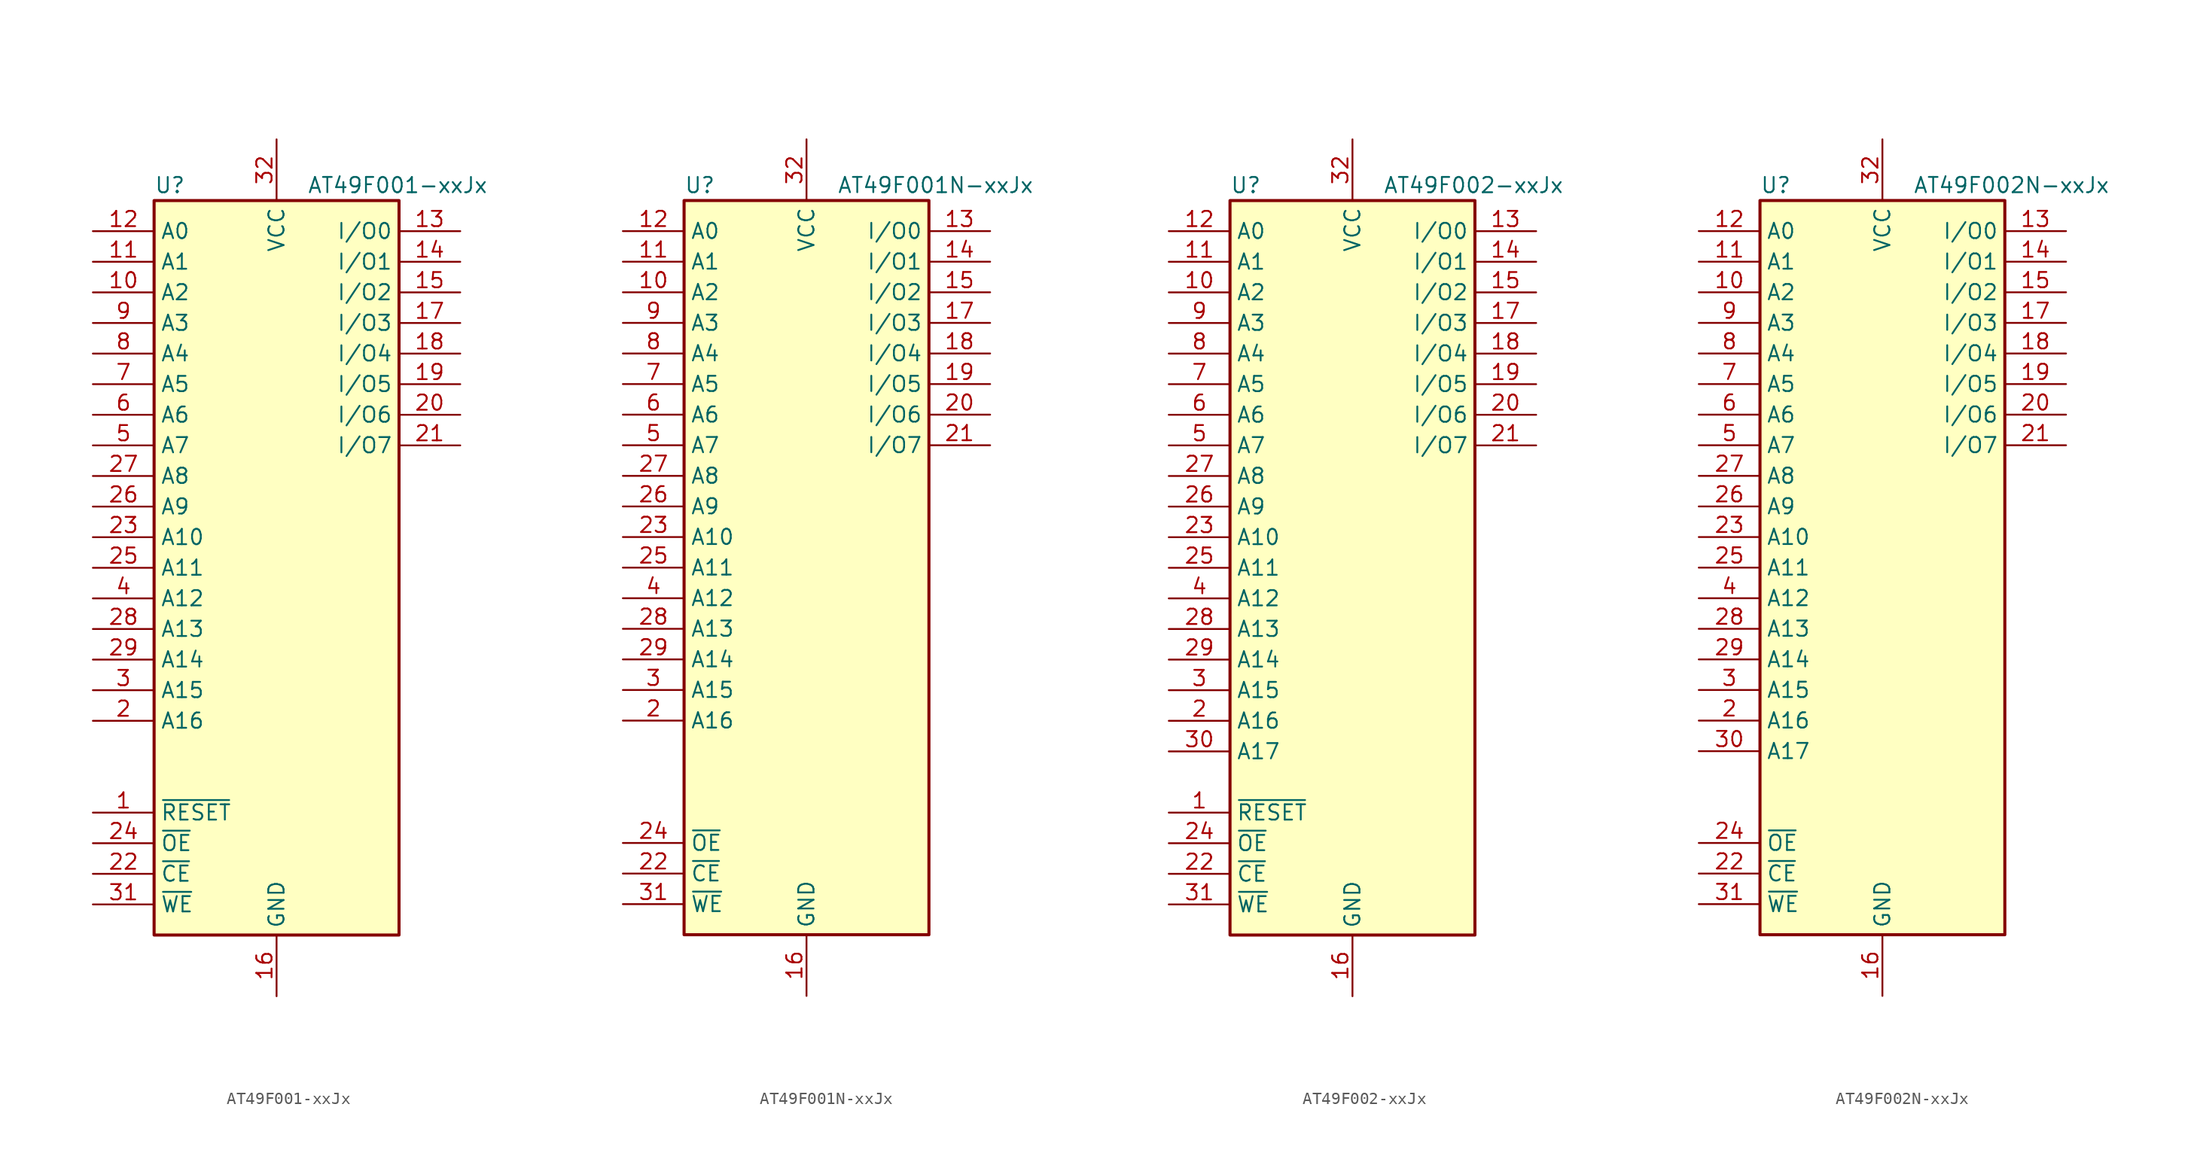
<source format=kicad_sym>
(kicad_symbol_lib
  (version 20241209)
  (generator "kicad_symbol_editor")
  (generator_version "9.0")
  (symbol "AT49F001-xxJx"
    (property "Reference" "U"
      (at -10.16 31.75 0)
      (effects (font (size 1.27 1.27)) (justify left)))
    (property "Value" "AT49F001-xxJx"
      (at 2.54 31.75 0)
      (effects (font (size 1.27 1.27)) (justify left)))
    (symbol "AT49F001-xxJx_0_1"
      (rectangle (start -10.16 30.48) (end 10.16 -30.48) (stroke (width 0.254) (type default)) (fill (type background))))
    (symbol "AT49F001-xxJx_1_1"
      (pin input line (at -15.24 27.94 0) (length 5.08) (name "A0" (effects (font (size 1.27 1.27)))) (number "12" (effects (font (size 1.27 1.27)))))
      (pin input line (at -15.24 25.4 0) (length 5.08) (name "A1" (effects (font (size 1.27 1.27)))) (number "11" (effects (font (size 1.27 1.27)))))
      (pin input line (at -15.24 22.86 0) (length 5.08) (name "A2" (effects (font (size 1.27 1.27)))) (number "10" (effects (font (size 1.27 1.27)))))
      (pin input line (at -15.24 20.32 0) (length 5.08) (name "A3" (effects (font (size 1.27 1.27)))) (number "9" (effects (font (size 1.27 1.27)))))
      (pin input line (at -15.24 17.78 0) (length 5.08) (name "A4" (effects (font (size 1.27 1.27)))) (number "8" (effects (font (size 1.27 1.27)))))
      (pin input line (at -15.24 15.24 0) (length 5.08) (name "A5" (effects (font (size 1.27 1.27)))) (number "7" (effects (font (size 1.27 1.27)))))
      (pin input line (at -15.24 12.7 0) (length 5.08) (name "A6" (effects (font (size 1.27 1.27)))) (number "6" (effects (font (size 1.27 1.27)))))
      (pin input line (at -15.24 10.16 0) (length 5.08) (name "A7" (effects (font (size 1.27 1.27)))) (number "5" (effects (font (size 1.27 1.27)))))
      (pin input line (at -15.24 7.62 0) (length 5.08) (name "A8" (effects (font (size 1.27 1.27)))) (number "27" (effects (font (size 1.27 1.27)))))
      (pin input line (at -15.24 5.08 0) (length 5.08) (name "A9" (effects (font (size 1.27 1.27)))) (number "26" (effects (font (size 1.27 1.27)))))
      (pin input line (at -15.24 2.54 0) (length 5.08) (name "A10" (effects (font (size 1.27 1.27)))) (number "23" (effects (font (size 1.27 1.27)))))
      (pin input line (at -15.24 0 0) (length 5.08) (name "A11" (effects (font (size 1.27 1.27)))) (number "25" (effects (font (size 1.27 1.27)))))
      (pin input line (at -15.24 -2.54 0) (length 5.08) (name "A12" (effects (font (size 1.27 1.27)))) (number "4" (effects (font (size 1.27 1.27)))))
      (pin input line (at -15.24 -5.08 0) (length 5.08) (name "A13" (effects (font (size 1.27 1.27)))) (number "28" (effects (font (size 1.27 1.27)))))
      (pin input line (at -15.24 -7.62 0) (length 5.08) (name "A14" (effects (font (size 1.27 1.27)))) (number "29" (effects (font (size 1.27 1.27)))))
      (pin input line (at -15.24 -10.16 0) (length 5.08) (name "A15" (effects (font (size 1.27 1.27)))) (number "3" (effects (font (size 1.27 1.27)))))
      (pin input line (at -15.24 -12.7 0) (length 5.08) (name "A16" (effects (font (size 1.27 1.27)))) (number "2" (effects (font (size 1.27 1.27)))))
      (pin input line (at -15.24 -20.32 0) (length 5.08) (name "~{RESET}" (effects (font (size 1.27 1.27)))) (number "1" (effects (font (size 1.27 1.27)))))
      (pin input line (at -15.24 -22.86 0) (length 5.08) (name "~{OE}" (effects (font (size 1.27 1.27)))) (number "24" (effects (font (size 1.27 1.27)))))
      (pin input line (at -15.24 -25.4 0) (length 5.08) (name "~{CE}" (effects (font (size 1.27 1.27)))) (number "22" (effects (font (size 1.27 1.27)))))
      (pin input line (at -15.24 -27.94 0) (length 5.08) (name "~{WE}" (effects (font (size 1.27 1.27)))) (number "31" (effects (font (size 1.27 1.27)))))
      (pin no_connect line (at -10.16 -15.24 0) (length 5.08) (hide yes) (name "NC" (effects (font (size 1.27 1.27)))) (number "30" (effects (font (size 1.27 1.27)))))
      (pin power_in line (at 0 35.56 270) (length 5.08) (name "VCC" (effects (font (size 1.27 1.27)))) (number "32" (effects (font (size 1.27 1.27)))))
      (pin power_in line (at 0 -35.56 90) (length 5.08) (name "GND" (effects (font (size 1.27 1.27)))) (number "16" (effects (font (size 1.27 1.27)))))
      (pin bidirectional line (at 15.24 27.94 180) (length 5.08) (name "I/O0" (effects (font (size 1.27 1.27)))) (number "13" (effects (font (size 1.27 1.27)))))
      (pin bidirectional line (at 15.24 25.4 180) (length 5.08) (name "I/O1" (effects (font (size 1.27 1.27)))) (number "14" (effects (font (size 1.27 1.27)))))
      (pin bidirectional line (at 15.24 22.86 180) (length 5.08) (name "I/O2" (effects (font (size 1.27 1.27)))) (number "15" (effects (font (size 1.27 1.27)))))
      (pin bidirectional line (at 15.24 20.32 180) (length 5.08) (name "I/O3" (effects (font (size 1.27 1.27)))) (number "17" (effects (font (size 1.27 1.27)))))
      (pin bidirectional line (at 15.24 17.78 180) (length 5.08) (name "I/O4" (effects (font (size 1.27 1.27)))) (number "18" (effects (font (size 1.27 1.27)))))
      (pin bidirectional line (at 15.24 15.24 180) (length 5.08) (name "I/O5" (effects (font (size 1.27 1.27)))) (number "19" (effects (font (size 1.27 1.27)))))
      (pin bidirectional line (at 15.24 12.7 180) (length 5.08) (name "I/O6" (effects (font (size 1.27 1.27)))) (number "20" (effects (font (size 1.27 1.27)))))
      (pin bidirectional line (at 15.24 10.16 180) (length 5.08) (name "I/O7" (effects (font (size 1.27 1.27)))) (number "21" (effects (font (size 1.27 1.27)))))))
  (symbol "AT49F001N-xxJx"
    (property "Reference" "U"
      (at -10.16 31.75 0)
      (effects (font (size 1.27 1.27)) (justify left)))
    (property "Value" "AT49F001N-xxJx"
      (at 2.54 31.75 0)
      (effects (font (size 1.27 1.27)) (justify left)))
    (symbol "AT49F001N-xxJx_0_1"
      (rectangle (start -10.16 30.48) (end 10.16 -30.48) (stroke (width 0.254) (type default)) (fill (type background))))
    (symbol "AT49F001N-xxJx_1_1"
      (pin input line (at -15.24 27.94 0) (length 5.08) (name "A0" (effects (font (size 1.27 1.27)))) (number "12" (effects (font (size 1.27 1.27)))))
      (pin input line (at -15.24 25.4 0) (length 5.08) (name "A1" (effects (font (size 1.27 1.27)))) (number "11" (effects (font (size 1.27 1.27)))))
      (pin input line (at -15.24 22.86 0) (length 5.08) (name "A2" (effects (font (size 1.27 1.27)))) (number "10" (effects (font (size 1.27 1.27)))))
      (pin input line (at -15.24 20.32 0) (length 5.08) (name "A3" (effects (font (size 1.27 1.27)))) (number "9" (effects (font (size 1.27 1.27)))))
      (pin input line (at -15.24 17.78 0) (length 5.08) (name "A4" (effects (font (size 1.27 1.27)))) (number "8" (effects (font (size 1.27 1.27)))))
      (pin input line (at -15.24 15.24 0) (length 5.08) (name "A5" (effects (font (size 1.27 1.27)))) (number "7" (effects (font (size 1.27 1.27)))))
      (pin input line (at -15.24 12.7 0) (length 5.08) (name "A6" (effects (font (size 1.27 1.27)))) (number "6" (effects (font (size 1.27 1.27)))))
      (pin input line (at -15.24 10.16 0) (length 5.08) (name "A7" (effects (font (size 1.27 1.27)))) (number "5" (effects (font (size 1.27 1.27)))))
      (pin input line (at -15.24 7.62 0) (length 5.08) (name "A8" (effects (font (size 1.27 1.27)))) (number "27" (effects (font (size 1.27 1.27)))))
      (pin input line (at -15.24 5.08 0) (length 5.08) (name "A9" (effects (font (size 1.27 1.27)))) (number "26" (effects (font (size 1.27 1.27)))))
      (pin input line (at -15.24 2.54 0) (length 5.08) (name "A10" (effects (font (size 1.27 1.27)))) (number "23" (effects (font (size 1.27 1.27)))))
      (pin input line (at -15.24 0 0) (length 5.08) (name "A11" (effects (font (size 1.27 1.27)))) (number "25" (effects (font (size 1.27 1.27)))))
      (pin input line (at -15.24 -2.54 0) (length 5.08) (name "A12" (effects (font (size 1.27 1.27)))) (number "4" (effects (font (size 1.27 1.27)))))
      (pin input line (at -15.24 -5.08 0) (length 5.08) (name "A13" (effects (font (size 1.27 1.27)))) (number "28" (effects (font (size 1.27 1.27)))))
      (pin input line (at -15.24 -7.62 0) (length 5.08) (name "A14" (effects (font (size 1.27 1.27)))) (number "29" (effects (font (size 1.27 1.27)))))
      (pin input line (at -15.24 -10.16 0) (length 5.08) (name "A15" (effects (font (size 1.27 1.27)))) (number "3" (effects (font (size 1.27 1.27)))))
      (pin input line (at -15.24 -12.7 0) (length 5.08) (name "A16" (effects (font (size 1.27 1.27)))) (number "2" (effects (font (size 1.27 1.27)))))
      (pin input line (at -15.24 -22.86 0) (length 5.08) (name "~{OE}" (effects (font (size 1.27 1.27)))) (number "24" (effects (font (size 1.27 1.27)))))
      (pin input line (at -15.24 -25.4 0) (length 5.08) (name "~{CE}" (effects (font (size 1.27 1.27)))) (number "22" (effects (font (size 1.27 1.27)))))
      (pin input line (at -15.24 -27.94 0) (length 5.08) (name "~{WE}" (effects (font (size 1.27 1.27)))) (number "31" (effects (font (size 1.27 1.27)))))
      (pin no_connect line (at -10.16 -15.24 0) (length 5.08) (hide yes) (name "NC" (effects (font (size 1.27 1.27)))) (number "30" (effects (font (size 1.27 1.27)))))
      (pin no_connect line (at -10.16 -20.32 0) (length 5.08) (hide yes) (name "NC" (effects (font (size 1.27 1.27)))) (number "1" (effects (font (size 1.27 1.27)))))
      (pin power_in line (at 0 35.56 270) (length 5.08) (name "VCC" (effects (font (size 1.27 1.27)))) (number "32" (effects (font (size 1.27 1.27)))))
      (pin power_in line (at 0 -35.56 90) (length 5.08) (name "GND" (effects (font (size 1.27 1.27)))) (number "16" (effects (font (size 1.27 1.27)))))
      (pin bidirectional line (at 15.24 27.94 180) (length 5.08) (name "I/O0" (effects (font (size 1.27 1.27)))) (number "13" (effects (font (size 1.27 1.27)))))
      (pin bidirectional line (at 15.24 25.4 180) (length 5.08) (name "I/O1" (effects (font (size 1.27 1.27)))) (number "14" (effects (font (size 1.27 1.27)))))
      (pin bidirectional line (at 15.24 22.86 180) (length 5.08) (name "I/O2" (effects (font (size 1.27 1.27)))) (number "15" (effects (font (size 1.27 1.27)))))
      (pin bidirectional line (at 15.24 20.32 180) (length 5.08) (name "I/O3" (effects (font (size 1.27 1.27)))) (number "17" (effects (font (size 1.27 1.27)))))
      (pin bidirectional line (at 15.24 17.78 180) (length 5.08) (name "I/O4" (effects (font (size 1.27 1.27)))) (number "18" (effects (font (size 1.27 1.27)))))
      (pin bidirectional line (at 15.24 15.24 180) (length 5.08) (name "I/O5" (effects (font (size 1.27 1.27)))) (number "19" (effects (font (size 1.27 1.27)))))
      (pin bidirectional line (at 15.24 12.7 180) (length 5.08) (name "I/O6" (effects (font (size 1.27 1.27)))) (number "20" (effects (font (size 1.27 1.27)))))
      (pin bidirectional line (at 15.24 10.16 180) (length 5.08) (name "I/O7" (effects (font (size 1.27 1.27)))) (number "21" (effects (font (size 1.27 1.27)))))))
  (symbol "AT49F002-xxJx"
    (property "Reference" "U"
      (at -10.16 31.75 0)
      (effects (font (size 1.27 1.27)) (justify left)))
    (property "Value" "AT49F002-xxJx"
      (at 2.54 31.75 0)
      (effects (font (size 1.27 1.27)) (justify left)))
    (symbol "AT49F002-xxJx_0_1"
      (rectangle (start -10.16 30.48) (end 10.16 -30.48) (stroke (width 0.254) (type default)) (fill (type background))))
    (symbol "AT49F002-xxJx_1_1"
      (pin input line (at -15.24 27.94 0) (length 5.08) (name "A0" (effects (font (size 1.27 1.27)))) (number "12" (effects (font (size 1.27 1.27)))))
      (pin input line (at -15.24 25.4 0) (length 5.08) (name "A1" (effects (font (size 1.27 1.27)))) (number "11" (effects (font (size 1.27 1.27)))))
      (pin input line (at -15.24 22.86 0) (length 5.08) (name "A2" (effects (font (size 1.27 1.27)))) (number "10" (effects (font (size 1.27 1.27)))))
      (pin input line (at -15.24 20.32 0) (length 5.08) (name "A3" (effects (font (size 1.27 1.27)))) (number "9" (effects (font (size 1.27 1.27)))))
      (pin input line (at -15.24 17.78 0) (length 5.08) (name "A4" (effects (font (size 1.27 1.27)))) (number "8" (effects (font (size 1.27 1.27)))))
      (pin input line (at -15.24 15.24 0) (length 5.08) (name "A5" (effects (font (size 1.27 1.27)))) (number "7" (effects (font (size 1.27 1.27)))))
      (pin input line (at -15.24 12.7 0) (length 5.08) (name "A6" (effects (font (size 1.27 1.27)))) (number "6" (effects (font (size 1.27 1.27)))))
      (pin input line (at -15.24 10.16 0) (length 5.08) (name "A7" (effects (font (size 1.27 1.27)))) (number "5" (effects (font (size 1.27 1.27)))))
      (pin input line (at -15.24 7.62 0) (length 5.08) (name "A8" (effects (font (size 1.27 1.27)))) (number "27" (effects (font (size 1.27 1.27)))))
      (pin input line (at -15.24 5.08 0) (length 5.08) (name "A9" (effects (font (size 1.27 1.27)))) (number "26" (effects (font (size 1.27 1.27)))))
      (pin input line (at -15.24 2.54 0) (length 5.08) (name "A10" (effects (font (size 1.27 1.27)))) (number "23" (effects (font (size 1.27 1.27)))))
      (pin input line (at -15.24 0 0) (length 5.08) (name "A11" (effects (font (size 1.27 1.27)))) (number "25" (effects (font (size 1.27 1.27)))))
      (pin input line (at -15.24 -2.54 0) (length 5.08) (name "A12" (effects (font (size 1.27 1.27)))) (number "4" (effects (font (size 1.27 1.27)))))
      (pin input line (at -15.24 -5.08 0) (length 5.08) (name "A13" (effects (font (size 1.27 1.27)))) (number "28" (effects (font (size 1.27 1.27)))))
      (pin input line (at -15.24 -7.62 0) (length 5.08) (name "A14" (effects (font (size 1.27 1.27)))) (number "29" (effects (font (size 1.27 1.27)))))
      (pin input line (at -15.24 -10.16 0) (length 5.08) (name "A15" (effects (font (size 1.27 1.27)))) (number "3" (effects (font (size 1.27 1.27)))))
      (pin input line (at -15.24 -12.7 0) (length 5.08) (name "A16" (effects (font (size 1.27 1.27)))) (number "2" (effects (font (size 1.27 1.27)))))
      (pin input line (at -15.24 -15.24 0) (length 5.08) (name "A17" (effects (font (size 1.27 1.27)))) (number "30" (effects (font (size 1.27 1.27)))))
      (pin input line (at -15.24 -20.32 0) (length 5.08) (name "~{RESET}" (effects (font (size 1.27 1.27)))) (number "1" (effects (font (size 1.27 1.27)))))
      (pin input line (at -15.24 -22.86 0) (length 5.08) (name "~{OE}" (effects (font (size 1.27 1.27)))) (number "24" (effects (font (size 1.27 1.27)))))
      (pin input line (at -15.24 -25.4 0) (length 5.08) (name "~{CE}" (effects (font (size 1.27 1.27)))) (number "22" (effects (font (size 1.27 1.27)))))
      (pin input line (at -15.24 -27.94 0) (length 5.08) (name "~{WE}" (effects (font (size 1.27 1.27)))) (number "31" (effects (font (size 1.27 1.27)))))
      (pin power_in line (at 0 35.56 270) (length 5.08) (name "VCC" (effects (font (size 1.27 1.27)))) (number "32" (effects (font (size 1.27 1.27)))))
      (pin power_in line (at 0 -35.56 90) (length 5.08) (name "GND" (effects (font (size 1.27 1.27)))) (number "16" (effects (font (size 1.27 1.27)))))
      (pin bidirectional line (at 15.24 27.94 180) (length 5.08) (name "I/O0" (effects (font (size 1.27 1.27)))) (number "13" (effects (font (size 1.27 1.27)))))
      (pin bidirectional line (at 15.24 25.4 180) (length 5.08) (name "I/O1" (effects (font (size 1.27 1.27)))) (number "14" (effects (font (size 1.27 1.27)))))
      (pin bidirectional line (at 15.24 22.86 180) (length 5.08) (name "I/O2" (effects (font (size 1.27 1.27)))) (number "15" (effects (font (size 1.27 1.27)))))
      (pin bidirectional line (at 15.24 20.32 180) (length 5.08) (name "I/O3" (effects (font (size 1.27 1.27)))) (number "17" (effects (font (size 1.27 1.27)))))
      (pin bidirectional line (at 15.24 17.78 180) (length 5.08) (name "I/O4" (effects (font (size 1.27 1.27)))) (number "18" (effects (font (size 1.27 1.27)))))
      (pin bidirectional line (at 15.24 15.24 180) (length 5.08) (name "I/O5" (effects (font (size 1.27 1.27)))) (number "19" (effects (font (size 1.27 1.27)))))
      (pin bidirectional line (at 15.24 12.7 180) (length 5.08) (name "I/O6" (effects (font (size 1.27 1.27)))) (number "20" (effects (font (size 1.27 1.27)))))
      (pin bidirectional line (at 15.24 10.16 180) (length 5.08) (name "I/O7" (effects (font (size 1.27 1.27)))) (number "21" (effects (font (size 1.27 1.27)))))))
  (symbol "AT49F002N-xxJx"
    (property "Reference" "U"
      (at -10.16 31.75 0)
      (effects (font (size 1.27 1.27)) (justify left)))
    (property "Value" "AT49F002N-xxJx"
      (at 2.54 31.75 0)
      (effects (font (size 1.27 1.27)) (justify left)))
    (symbol "AT49F002N-xxJx_0_1"
      (rectangle (start -10.16 30.48) (end 10.16 -30.48) (stroke (width 0.254) (type default)) (fill (type background))))
    (symbol "AT49F002N-xxJx_1_1"
      (pin input line (at -15.24 27.94 0) (length 5.08) (name "A0" (effects (font (size 1.27 1.27)))) (number "12" (effects (font (size 1.27 1.27)))))
      (pin input line (at -15.24 25.4 0) (length 5.08) (name "A1" (effects (font (size 1.27 1.27)))) (number "11" (effects (font (size 1.27 1.27)))))
      (pin input line (at -15.24 22.86 0) (length 5.08) (name "A2" (effects (font (size 1.27 1.27)))) (number "10" (effects (font (size 1.27 1.27)))))
      (pin input line (at -15.24 20.32 0) (length 5.08) (name "A3" (effects (font (size 1.27 1.27)))) (number "9" (effects (font (size 1.27 1.27)))))
      (pin input line (at -15.24 17.78 0) (length 5.08) (name "A4" (effects (font (size 1.27 1.27)))) (number "8" (effects (font (size 1.27 1.27)))))
      (pin input line (at -15.24 15.24 0) (length 5.08) (name "A5" (effects (font (size 1.27 1.27)))) (number "7" (effects (font (size 1.27 1.27)))))
      (pin input line (at -15.24 12.7 0) (length 5.08) (name "A6" (effects (font (size 1.27 1.27)))) (number "6" (effects (font (size 1.27 1.27)))))
      (pin input line (at -15.24 10.16 0) (length 5.08) (name "A7" (effects (font (size 1.27 1.27)))) (number "5" (effects (font (size 1.27 1.27)))))
      (pin input line (at -15.24 7.62 0) (length 5.08) (name "A8" (effects (font (size 1.27 1.27)))) (number "27" (effects (font (size 1.27 1.27)))))
      (pin input line (at -15.24 5.08 0) (length 5.08) (name "A9" (effects (font (size 1.27 1.27)))) (number "26" (effects (font (size 1.27 1.27)))))
      (pin input line (at -15.24 2.54 0) (length 5.08) (name "A10" (effects (font (size 1.27 1.27)))) (number "23" (effects (font (size 1.27 1.27)))))
      (pin input line (at -15.24 0 0) (length 5.08) (name "A11" (effects (font (size 1.27 1.27)))) (number "25" (effects (font (size 1.27 1.27)))))
      (pin input line (at -15.24 -2.54 0) (length 5.08) (name "A12" (effects (font (size 1.27 1.27)))) (number "4" (effects (font (size 1.27 1.27)))))
      (pin input line (at -15.24 -5.08 0) (length 5.08) (name "A13" (effects (font (size 1.27 1.27)))) (number "28" (effects (font (size 1.27 1.27)))))
      (pin input line (at -15.24 -7.62 0) (length 5.08) (name "A14" (effects (font (size 1.27 1.27)))) (number "29" (effects (font (size 1.27 1.27)))))
      (pin input line (at -15.24 -10.16 0) (length 5.08) (name "A15" (effects (font (size 1.27 1.27)))) (number "3" (effects (font (size 1.27 1.27)))))
      (pin input line (at -15.24 -12.7 0) (length 5.08) (name "A16" (effects (font (size 1.27 1.27)))) (number "2" (effects (font (size 1.27 1.27)))))
      (pin input line (at -15.24 -15.24 0) (length 5.08) (name "A17" (effects (font (size 1.27 1.27)))) (number "30" (effects (font (size 1.27 1.27)))))
      (pin input line (at -15.24 -22.86 0) (length 5.08) (name "~{OE}" (effects (font (size 1.27 1.27)))) (number "24" (effects (font (size 1.27 1.27)))))
      (pin input line (at -15.24 -25.4 0) (length 5.08) (name "~{CE}" (effects (font (size 1.27 1.27)))) (number "22" (effects (font (size 1.27 1.27)))))
      (pin input line (at -15.24 -27.94 0) (length 5.08) (name "~{WE}" (effects (font (size 1.27 1.27)))) (number "31" (effects (font (size 1.27 1.27)))))
      (pin no_connect line (at -10.16 -20.32 0) (length 5.08) (hide yes) (name "NC" (effects (font (size 1.27 1.27)))) (number "1" (effects (font (size 1.27 1.27)))))
      (pin power_in line (at 0 35.56 270) (length 5.08) (name "VCC" (effects (font (size 1.27 1.27)))) (number "32" (effects (font (size 1.27 1.27)))))
      (pin power_in line (at 0 -35.56 90) (length 5.08) (name "GND" (effects (font (size 1.27 1.27)))) (number "16" (effects (font (size 1.27 1.27)))))
      (pin bidirectional line (at 15.24 27.94 180) (length 5.08) (name "I/O0" (effects (font (size 1.27 1.27)))) (number "13" (effects (font (size 1.27 1.27)))))
      (pin bidirectional line (at 15.24 25.4 180) (length 5.08) (name "I/O1" (effects (font (size 1.27 1.27)))) (number "14" (effects (font (size 1.27 1.27)))))
      (pin bidirectional line (at 15.24 22.86 180) (length 5.08) (name "I/O2" (effects (font (size 1.27 1.27)))) (number "15" (effects (font (size 1.27 1.27)))))
      (pin bidirectional line (at 15.24 20.32 180) (length 5.08) (name "I/O3" (effects (font (size 1.27 1.27)))) (number "17" (effects (font (size 1.27 1.27)))))
      (pin bidirectional line (at 15.24 17.78 180) (length 5.08) (name "I/O4" (effects (font (size 1.27 1.27)))) (number "18" (effects (font (size 1.27 1.27)))))
      (pin bidirectional line (at 15.24 15.24 180) (length 5.08) (name "I/O5" (effects (font (size 1.27 1.27)))) (number "19" (effects (font (size 1.27 1.27)))))
      (pin bidirectional line (at 15.24 12.7 180) (length 5.08) (name "I/O6" (effects (font (size 1.27 1.27)))) (number "20" (effects (font (size 1.27 1.27)))))
      (pin bidirectional line (at 15.24 10.16 180) (length 5.08) (name "I/O7" (effects (font (size 1.27 1.27)))) (number "21" (effects (font (size 1.27 1.27))))))))
</source>
